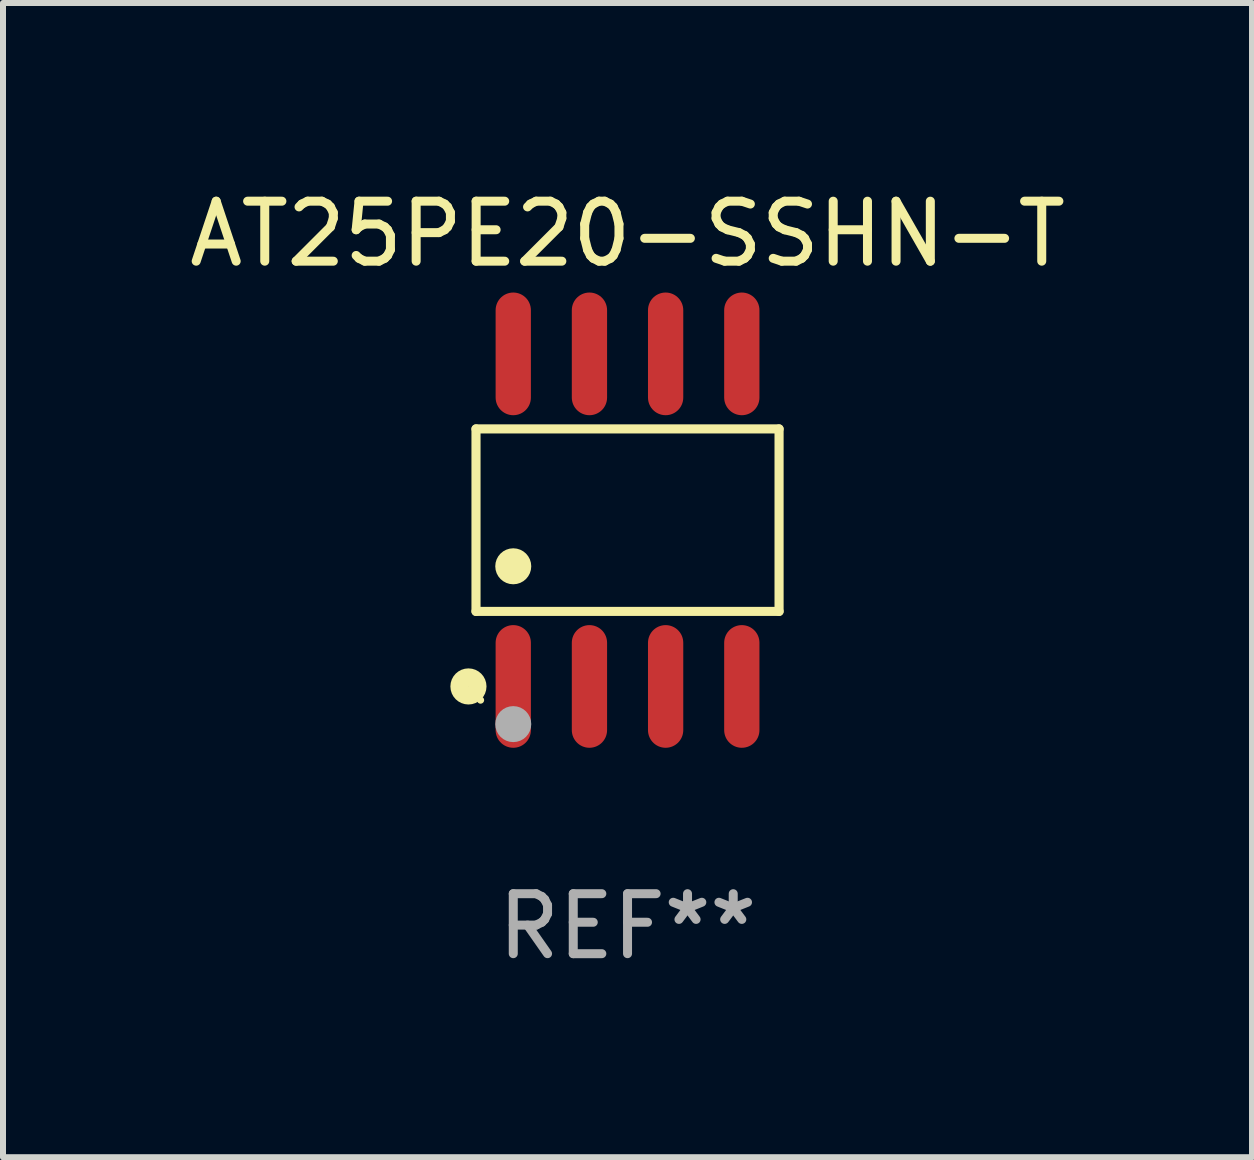
<source format=kicad_pcb>
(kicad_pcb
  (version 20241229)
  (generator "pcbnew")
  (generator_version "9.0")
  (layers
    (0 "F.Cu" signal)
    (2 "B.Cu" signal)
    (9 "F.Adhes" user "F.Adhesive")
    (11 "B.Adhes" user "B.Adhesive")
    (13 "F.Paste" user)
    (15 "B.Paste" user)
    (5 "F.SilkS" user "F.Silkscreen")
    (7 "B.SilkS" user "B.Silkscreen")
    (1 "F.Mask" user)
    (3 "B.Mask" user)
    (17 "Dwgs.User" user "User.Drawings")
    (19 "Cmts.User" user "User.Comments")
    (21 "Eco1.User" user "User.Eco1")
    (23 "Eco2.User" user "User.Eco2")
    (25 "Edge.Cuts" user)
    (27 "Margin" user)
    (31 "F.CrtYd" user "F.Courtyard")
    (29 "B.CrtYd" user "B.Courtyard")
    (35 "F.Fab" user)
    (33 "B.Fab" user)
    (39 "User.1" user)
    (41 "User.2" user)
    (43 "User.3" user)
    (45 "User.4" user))
  (footprint "AT25PE20-SSHN-T"
    (layer "F.Cu")
    (at 7.411 5.621)
    (property "Reference" "AT25PE20-SSHN-T" (at 0 -4.772 0) (layer "F.SilkS") (effects (font (size 1 1) (thickness 0.15))))
    (attr through_hole)
    (fp_line (start -2.526 -1.521) (end 2.526 -1.521) (stroke (width 0.152) (type solid)) (layer "F.SilkS"))
    (fp_line (start -2.526 1.521) (end -2.526 -1.521) (stroke (width 0.152) (type solid)) (layer "F.SilkS"))
    (fp_line (start 2.526 -1.521) (end 2.526 1.521) (stroke (width 0.152) (type solid)) (layer "F.SilkS"))
    (fp_line (start 2.526 1.521) (end -2.526 1.521) (stroke (width 0.152) (type solid)) (layer "F.SilkS"))
    (fp_circle (center -2.652 2.772) (end -2.501 2.772) (stroke (width 0.3) (type solid)) (fill no) (layer "F.SilkS"))
    (fp_circle (center -2.45 3) (end -2.42 3) (stroke (width 0.06) (type solid)) (fill no) (layer "F.SilkS"))
    (fp_circle (center -1.905 0.769) (end -1.755 0.769) (stroke (width 0.3) (type solid)) (fill no) (layer "F.SilkS"))
    (fp_circle (center -1.905 3.4) (end -1.755 3.4) (stroke (width 0.3) (type solid)) (fill no) (layer "F.Fab"))
    (fp_text user "REF**" (at 0 6.772 0) (layer "F.Fab") (effects (font (size 1 1) (thickness 0.15))))
    (pad "1" smd oval (at -1.905 2.772) (size 0.588 2.045) (layers "F.Cu" "F.Mask" "F.Paste"))
    (pad "2" smd oval (at -0.635 2.772) (size 0.588 2.045) (layers "F.Cu" "F.Mask" "F.Paste"))
    (pad "3" smd oval (at 0.635 2.772) (size 0.588 2.045) (layers "F.Cu" "F.Mask" "F.Paste"))
    (pad "4" smd oval (at 1.905 2.772) (size 0.588 2.045) (layers "F.Cu" "F.Mask" "F.Paste"))
    (pad "5" smd oval (at 1.905 -2.772) (size 0.588 2.045) (layers "F.Cu" "F.Mask" "F.Paste"))
    (pad "6" smd oval (at 0.635 -2.772) (size 0.588 2.045) (layers "F.Cu" "F.Mask" "F.Paste"))
    (pad "7" smd oval (at -0.635 -2.772) (size 0.588 2.045) (layers "F.Cu" "F.Mask" "F.Paste"))
    (pad "8" smd oval (at -1.905 -2.772) (size 0.588 2.045) (layers "F.Cu" "F.Mask" "F.Paste")))
  (gr_rect
    (start -3 -3)
    (end 17.821 16.241)
    (stroke (width 0.1) (type default))
    (fill no)
    (layer "Edge.Cuts")))
</source>
